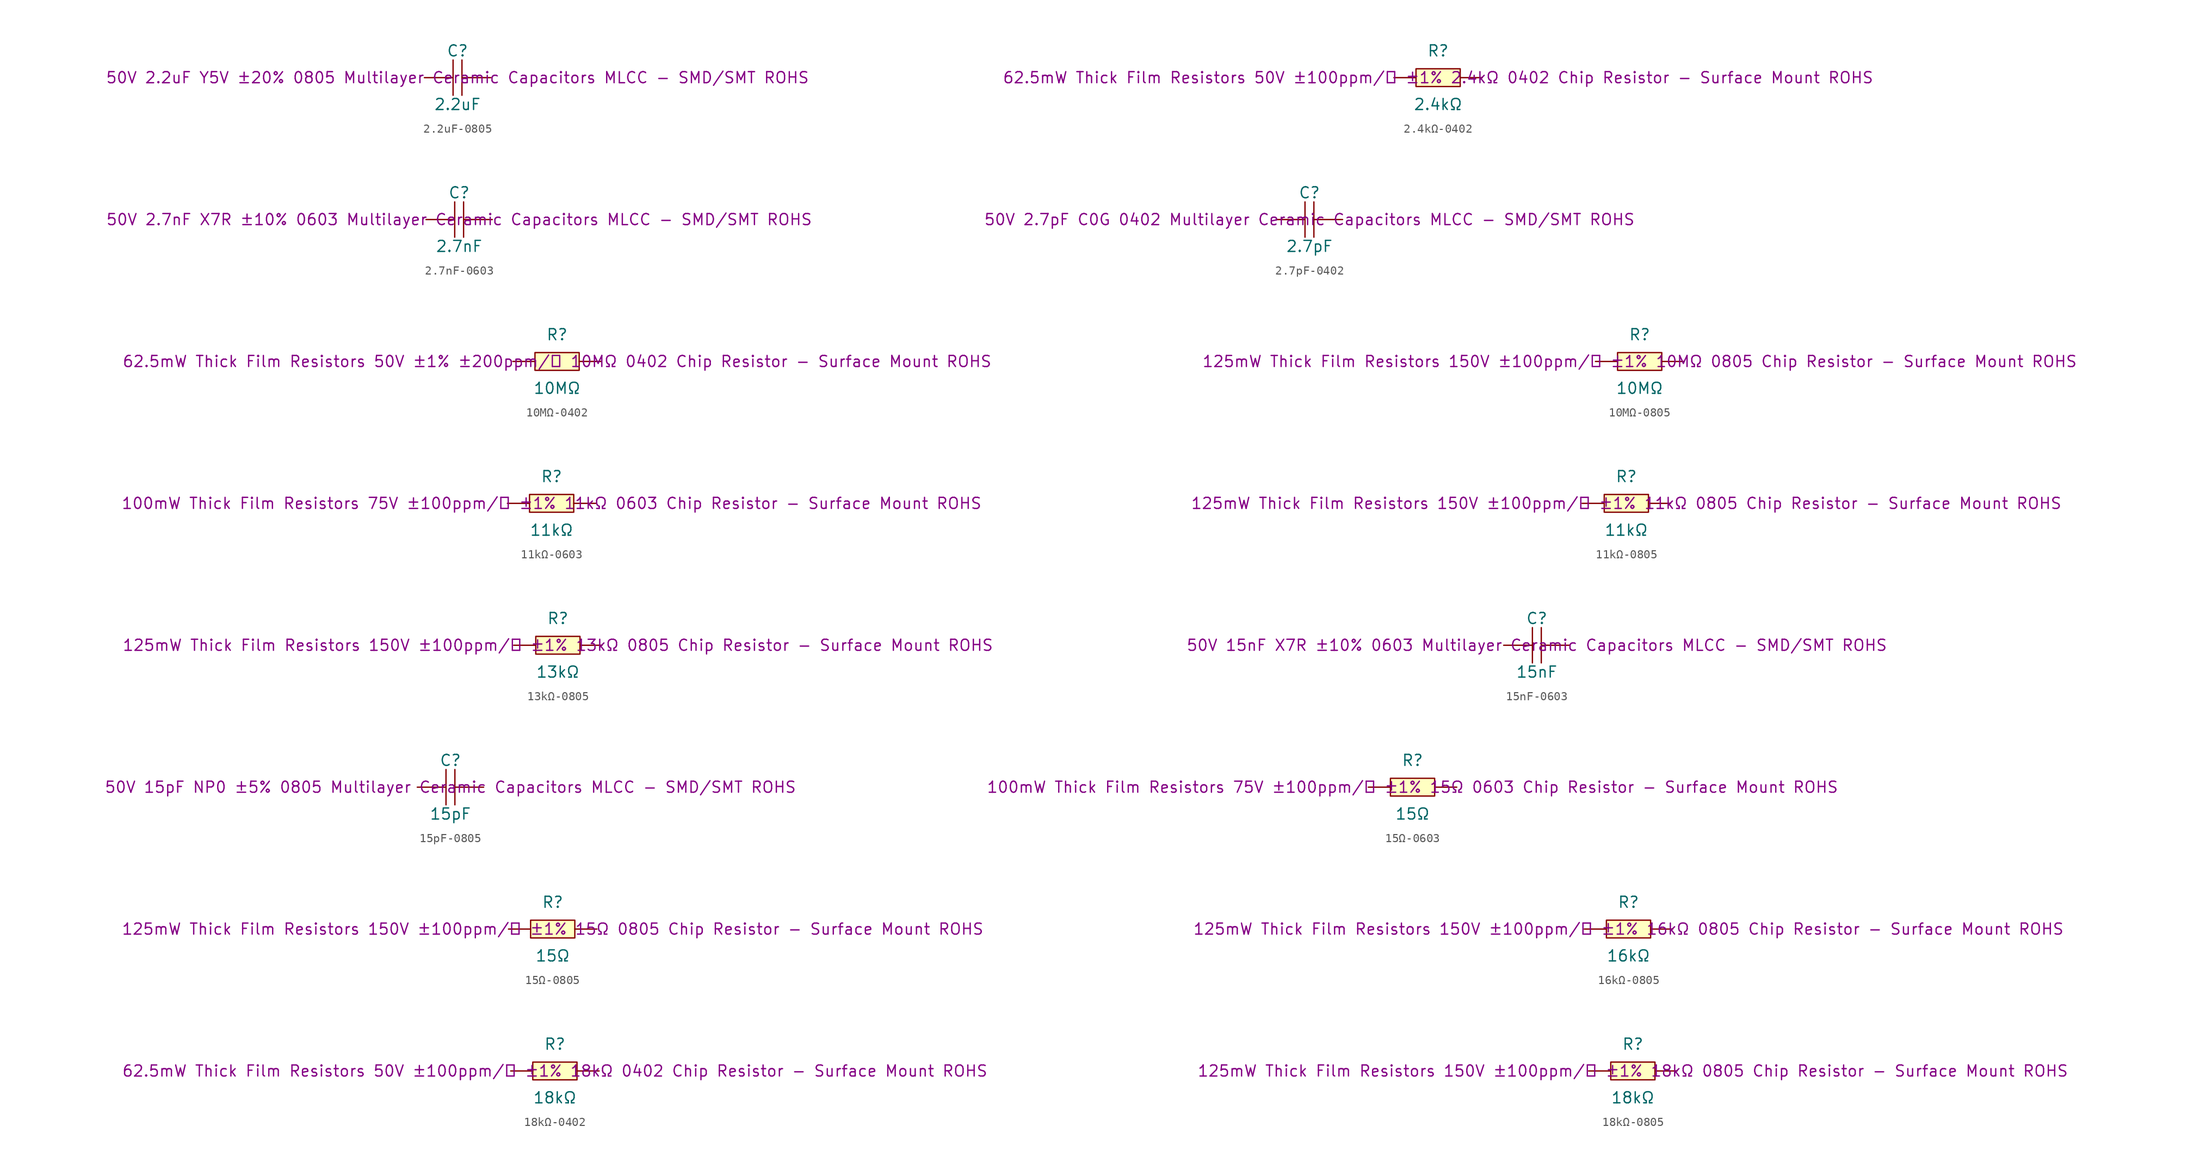
<source format=kicad_sym>
(kicad_symbol_lib
  (version 20241209)
  (generator "kicad_symbol_editor")
  (generator_version "9.0")
  (symbol "2.2uF-0805"
    (pin_numbers
      (hide yes))
    (pin_names
      (hide yes))
    (property "Reference" "C"
      (at 0 3.08 0)
      (effects (font (size 1.27 1.27))))
    (property "Value" "2.2uF"
      (at 0 -3.08 0)
      (effects (font (size 1.27 1.27))))
    (property "Description" "50V 2.2uF Y5V ±20% 0805 Multilayer Ceramic Capacitors MLCC - SMD/SMT ROHS"
      (at 0 0 0)
      (effects (font (size 1.27 1.27))))
    (symbol "2.2uF-0805_0_1"
      (polyline (pts (xy -1.27 0) (xy -0.51 0)) (stroke (width 0) (type default)) (fill (type none)))
      (polyline (pts (xy -0.51 2.03) (xy -0.51 -2.03)) (stroke (width 0) (type default)) (fill (type none)))
      (polyline (pts (xy 0.51 2.03) (xy 0.51 -2.03)) (stroke (width 0) (type default)) (fill (type none)))
      (polyline (pts (xy 0.51 0) (xy 1.27 0)) (stroke (width 0) (type default)) (fill (type none)))
      (pin input line (at -3.81 0 0) (length 2.54) (name "1" (effects (font (size 1.27 1.27)))) (number "1" (effects (font (size 1.27 1.27)))))
      (pin input line (at 3.81 0 180) (length 2.54) (name "2" (effects (font (size 1.27 1.27)))) (number "2" (effects (font (size 1.27 1.27)))))))
  (symbol "2.4kΩ-0402"
    (pin_numbers
      (hide yes))
    (pin_names
      (hide yes))
    (property "Reference" "R"
      (at 0 3.08 0)
      (effects (font (size 1.27 1.27))))
    (property "Value" "2.4kΩ"
      (at 0 -3.08 0)
      (effects (font (size 1.27 1.27))))
    (property "Description" "62.5mW Thick Film Resistors 50V ±100ppm/℃ ±1% 2.4kΩ 0402 Chip Resistor - Surface Mount ROHS"
      (at 0 0 0)
      (effects (font (size 1.27 1.27))))
    (symbol "2.4kΩ-0402_0_1"
      (rectangle (start -2.54 1.02) (end 2.54 -1.02) (stroke (width 0) (type default)) (fill (type background)))
      (pin input line (at -5.08 0 0) (length 2.54) (name "1" (effects (font (size 1.27 1.27)))) (number "1" (effects (font (size 1.27 1.27)))))
      (pin input line (at 5.08 0 180) (length 2.54) (name "2" (effects (font (size 1.27 1.27)))) (number "2" (effects (font (size 1.27 1.27)))))))
  (symbol "2.7nF-0603"
    (pin_numbers
      (hide yes))
    (pin_names
      (hide yes))
    (property "Reference" "C"
      (at 0 3.08 0)
      (effects (font (size 1.27 1.27))))
    (property "Value" "2.7nF"
      (at 0 -3.08 0)
      (effects (font (size 1.27 1.27))))
    (property "Description" "50V 2.7nF X7R ±10% 0603 Multilayer Ceramic Capacitors MLCC - SMD/SMT ROHS"
      (at 0 0 0)
      (effects (font (size 1.27 1.27))))
    (symbol "2.7nF-0603_0_1"
      (polyline (pts (xy -1.27 0) (xy -0.51 0)) (stroke (width 0) (type default)) (fill (type none)))
      (polyline (pts (xy -0.51 2.03) (xy -0.51 -2.03)) (stroke (width 0) (type default)) (fill (type none)))
      (polyline (pts (xy 0.51 2.03) (xy 0.51 -2.03)) (stroke (width 0) (type default)) (fill (type none)))
      (polyline (pts (xy 0.51 0) (xy 1.27 0)) (stroke (width 0) (type default)) (fill (type none)))
      (pin input line (at -3.81 0 0) (length 2.54) (name "1" (effects (font (size 1.27 1.27)))) (number "1" (effects (font (size 1.27 1.27)))))
      (pin input line (at 3.81 0 180) (length 2.54) (name "2" (effects (font (size 1.27 1.27)))) (number "2" (effects (font (size 1.27 1.27)))))))
  (symbol "2.7pF-0402"
    (pin_numbers
      (hide yes))
    (pin_names
      (hide yes))
    (property "Reference" "C"
      (at 0 3.08 0)
      (effects (font (size 1.27 1.27))))
    (property "Value" "2.7pF"
      (at 0 -3.08 0)
      (effects (font (size 1.27 1.27))))
    (property "Description" "50V 2.7pF C0G 0402 Multilayer Ceramic Capacitors MLCC - SMD/SMT ROHS"
      (at 0 0 0)
      (effects (font (size 1.27 1.27))))
    (symbol "2.7pF-0402_0_1"
      (polyline (pts (xy -1.27 0) (xy -0.51 0)) (stroke (width 0) (type default)) (fill (type none)))
      (polyline (pts (xy -0.51 2.03) (xy -0.51 -2.03)) (stroke (width 0) (type default)) (fill (type none)))
      (polyline (pts (xy 0.51 2.03) (xy 0.51 -2.03)) (stroke (width 0) (type default)) (fill (type none)))
      (polyline (pts (xy 0.51 0) (xy 1.27 0)) (stroke (width 0) (type default)) (fill (type none)))
      (pin input line (at -3.81 0 0) (length 2.54) (name "1" (effects (font (size 1.27 1.27)))) (number "1" (effects (font (size 1.27 1.27)))))
      (pin input line (at 3.81 0 180) (length 2.54) (name "2" (effects (font (size 1.27 1.27)))) (number "2" (effects (font (size 1.27 1.27)))))))
  (symbol "10MΩ-0402"
    (pin_numbers
      (hide yes))
    (pin_names
      (hide yes))
    (property "Reference" "R"
      (at 0 3.08 0)
      (effects (font (size 1.27 1.27))))
    (property "Value" "10MΩ"
      (at 0 -3.08 0)
      (effects (font (size 1.27 1.27))))
    (property "Description" "62.5mW Thick Film Resistors 50V ±1% ±200ppm/℃ 10MΩ 0402 Chip Resistor - Surface Mount ROHS"
      (at 0 0 0)
      (effects (font (size 1.27 1.27))))
    (symbol "10MΩ-0402_0_1"
      (rectangle (start -2.54 1.02) (end 2.54 -1.02) (stroke (width 0) (type default)) (fill (type background)))
      (pin input line (at -5.08 0 0) (length 2.54) (name "1" (effects (font (size 1.27 1.27)))) (number "1" (effects (font (size 1.27 1.27)))))
      (pin input line (at 5.08 0 180) (length 2.54) (name "2" (effects (font (size 1.27 1.27)))) (number "2" (effects (font (size 1.27 1.27)))))))
  (symbol "10MΩ-0805"
    (pin_numbers
      (hide yes))
    (pin_names
      (hide yes))
    (property "Reference" "R"
      (at 0 3.08 0)
      (effects (font (size 1.27 1.27))))
    (property "Value" "10MΩ"
      (at 0 -3.08 0)
      (effects (font (size 1.27 1.27))))
    (property "Description" "125mW Thick Film Resistors 150V ±100ppm/℃ ±1% 10MΩ 0805 Chip Resistor - Surface Mount ROHS"
      (at 0 0 0)
      (effects (font (size 1.27 1.27))))
    (symbol "10MΩ-0805_0_1"
      (rectangle (start -2.54 1.02) (end 2.54 -1.02) (stroke (width 0) (type default)) (fill (type background)))
      (pin input line (at -5.08 0 0) (length 2.54) (name "1" (effects (font (size 1.27 1.27)))) (number "1" (effects (font (size 1.27 1.27)))))
      (pin input line (at 5.08 0 180) (length 2.54) (name "2" (effects (font (size 1.27 1.27)))) (number "2" (effects (font (size 1.27 1.27)))))))
  (symbol "11kΩ-0603"
    (pin_numbers
      (hide yes))
    (pin_names
      (hide yes))
    (property "Reference" "R"
      (at 0 3.08 0)
      (effects (font (size 1.27 1.27))))
    (property "Value" "11kΩ"
      (at 0 -3.08 0)
      (effects (font (size 1.27 1.27))))
    (property "Description" "100mW Thick Film Resistors 75V ±100ppm/℃ ±1% 11kΩ 0603 Chip Resistor - Surface Mount ROHS"
      (at 0 0 0)
      (effects (font (size 1.27 1.27))))
    (symbol "11kΩ-0603_0_1"
      (rectangle (start -2.54 1.02) (end 2.54 -1.02) (stroke (width 0) (type default)) (fill (type background)))
      (pin input line (at -5.08 0 0) (length 2.54) (name "1" (effects (font (size 1.27 1.27)))) (number "1" (effects (font (size 1.27 1.27)))))
      (pin input line (at 5.08 0 180) (length 2.54) (name "2" (effects (font (size 1.27 1.27)))) (number "2" (effects (font (size 1.27 1.27)))))))
  (symbol "11kΩ-0805"
    (pin_numbers
      (hide yes))
    (pin_names
      (hide yes))
    (property "Reference" "R"
      (at 0 3.08 0)
      (effects (font (size 1.27 1.27))))
    (property "Value" "11kΩ"
      (at 0 -3.08 0)
      (effects (font (size 1.27 1.27))))
    (property "Description" "125mW Thick Film Resistors 150V ±100ppm/℃ ±1% 11kΩ 0805 Chip Resistor - Surface Mount ROHS"
      (at 0 0 0)
      (effects (font (size 1.27 1.27))))
    (symbol "11kΩ-0805_0_1"
      (rectangle (start -2.54 1.02) (end 2.54 -1.02) (stroke (width 0) (type default)) (fill (type background)))
      (pin input line (at -5.08 0 0) (length 2.54) (name "1" (effects (font (size 1.27 1.27)))) (number "1" (effects (font (size 1.27 1.27)))))
      (pin input line (at 5.08 0 180) (length 2.54) (name "2" (effects (font (size 1.27 1.27)))) (number "2" (effects (font (size 1.27 1.27)))))))
  (symbol "13kΩ-0805"
    (pin_numbers
      (hide yes))
    (pin_names
      (hide yes))
    (property "Reference" "R"
      (at 0 3.08 0)
      (effects (font (size 1.27 1.27))))
    (property "Value" "13kΩ"
      (at 0 -3.08 0)
      (effects (font (size 1.27 1.27))))
    (property "Description" "125mW Thick Film Resistors 150V ±100ppm/℃ ±1% 13kΩ 0805 Chip Resistor - Surface Mount ROHS"
      (at 0 0 0)
      (effects (font (size 1.27 1.27))))
    (symbol "13kΩ-0805_0_1"
      (rectangle (start -2.54 1.02) (end 2.54 -1.02) (stroke (width 0) (type default)) (fill (type background)))
      (pin input line (at -5.08 0 0) (length 2.54) (name "1" (effects (font (size 1.27 1.27)))) (number "1" (effects (font (size 1.27 1.27)))))
      (pin input line (at 5.08 0 180) (length 2.54) (name "2" (effects (font (size 1.27 1.27)))) (number "2" (effects (font (size 1.27 1.27)))))))
  (symbol "15nF-0603"
    (pin_numbers
      (hide yes))
    (pin_names
      (hide yes))
    (property "Reference" "C"
      (at 0 3.08 0)
      (effects (font (size 1.27 1.27))))
    (property "Value" "15nF"
      (at 0 -3.08 0)
      (effects (font (size 1.27 1.27))))
    (property "Description" "50V 15nF X7R ±10% 0603 Multilayer Ceramic Capacitors MLCC - SMD/SMT ROHS"
      (at 0 0 0)
      (effects (font (size 1.27 1.27))))
    (symbol "15nF-0603_0_1"
      (polyline (pts (xy -1.27 0) (xy -0.51 0)) (stroke (width 0) (type default)) (fill (type none)))
      (polyline (pts (xy -0.51 2.03) (xy -0.51 -2.03)) (stroke (width 0) (type default)) (fill (type none)))
      (polyline (pts (xy 0.51 2.03) (xy 0.51 -2.03)) (stroke (width 0) (type default)) (fill (type none)))
      (polyline (pts (xy 0.51 0) (xy 1.27 0)) (stroke (width 0) (type default)) (fill (type none)))
      (pin input line (at -3.81 0 0) (length 2.54) (name "1" (effects (font (size 1.27 1.27)))) (number "1" (effects (font (size 1.27 1.27)))))
      (pin input line (at 3.81 0 180) (length 2.54) (name "2" (effects (font (size 1.27 1.27)))) (number "2" (effects (font (size 1.27 1.27)))))))
  (symbol "15pF-0805"
    (pin_numbers
      (hide yes))
    (pin_names
      (hide yes))
    (property "Reference" "C"
      (at 0 3.08 0)
      (effects (font (size 1.27 1.27))))
    (property "Value" "15pF"
      (at 0 -3.08 0)
      (effects (font (size 1.27 1.27))))
    (property "Description" "50V 15pF NP0 ±5% 0805 Multilayer Ceramic Capacitors MLCC - SMD/SMT ROHS"
      (at 0 0 0)
      (effects (font (size 1.27 1.27))))
    (symbol "15pF-0805_0_1"
      (polyline (pts (xy -1.27 0) (xy -0.51 0)) (stroke (width 0) (type default)) (fill (type none)))
      (polyline (pts (xy -0.51 2.03) (xy -0.51 -2.03)) (stroke (width 0) (type default)) (fill (type none)))
      (polyline (pts (xy 0.51 2.03) (xy 0.51 -2.03)) (stroke (width 0) (type default)) (fill (type none)))
      (polyline (pts (xy 0.51 0) (xy 1.27 0)) (stroke (width 0) (type default)) (fill (type none)))
      (pin input line (at -3.81 0 0) (length 2.54) (name "1" (effects (font (size 1.27 1.27)))) (number "1" (effects (font (size 1.27 1.27)))))
      (pin input line (at 3.81 0 180) (length 2.54) (name "2" (effects (font (size 1.27 1.27)))) (number "2" (effects (font (size 1.27 1.27)))))))
  (symbol "15Ω-0603"
    (pin_numbers
      (hide yes))
    (pin_names
      (hide yes))
    (property "Reference" "R"
      (at 0 3.08 0)
      (effects (font (size 1.27 1.27))))
    (property "Value" "15Ω"
      (at 0 -3.08 0)
      (effects (font (size 1.27 1.27))))
    (property "Description" "100mW Thick Film Resistors 75V ±100ppm/℃ ±1% 15Ω 0603 Chip Resistor - Surface Mount ROHS"
      (at 0 0 0)
      (effects (font (size 1.27 1.27))))
    (symbol "15Ω-0603_0_1"
      (rectangle (start -2.54 1.02) (end 2.54 -1.02) (stroke (width 0) (type default)) (fill (type background)))
      (pin input line (at -5.08 0 0) (length 2.54) (name "1" (effects (font (size 1.27 1.27)))) (number "1" (effects (font (size 1.27 1.27)))))
      (pin input line (at 5.08 0 180) (length 2.54) (name "2" (effects (font (size 1.27 1.27)))) (number "2" (effects (font (size 1.27 1.27)))))))
  (symbol "15Ω-0805"
    (pin_numbers
      (hide yes))
    (pin_names
      (hide yes))
    (property "Reference" "R"
      (at 0 3.08 0)
      (effects (font (size 1.27 1.27))))
    (property "Value" "15Ω"
      (at 0 -3.08 0)
      (effects (font (size 1.27 1.27))))
    (property "Description" "125mW Thick Film Resistors 150V ±100ppm/℃ ±1% 15Ω 0805 Chip Resistor - Surface Mount ROHS"
      (at 0 0 0)
      (effects (font (size 1.27 1.27))))
    (symbol "15Ω-0805_0_1"
      (rectangle (start -2.54 1.02) (end 2.54 -1.02) (stroke (width 0) (type default)) (fill (type background)))
      (pin input line (at -5.08 0 0) (length 2.54) (name "1" (effects (font (size 1.27 1.27)))) (number "1" (effects (font (size 1.27 1.27)))))
      (pin input line (at 5.08 0 180) (length 2.54) (name "2" (effects (font (size 1.27 1.27)))) (number "2" (effects (font (size 1.27 1.27)))))))
  (symbol "16kΩ-0805"
    (pin_numbers
      (hide yes))
    (pin_names
      (hide yes))
    (property "Reference" "R"
      (at 0 3.08 0)
      (effects (font (size 1.27 1.27))))
    (property "Value" "16kΩ"
      (at 0 -3.08 0)
      (effects (font (size 1.27 1.27))))
    (property "Description" "125mW Thick Film Resistors 150V ±100ppm/℃ ±1% 16kΩ 0805 Chip Resistor - Surface Mount ROHS"
      (at 0 0 0)
      (effects (font (size 1.27 1.27))))
    (symbol "16kΩ-0805_0_1"
      (rectangle (start -2.54 1.02) (end 2.54 -1.02) (stroke (width 0) (type default)) (fill (type background)))
      (pin input line (at -5.08 0 0) (length 2.54) (name "1" (effects (font (size 1.27 1.27)))) (number "1" (effects (font (size 1.27 1.27)))))
      (pin input line (at 5.08 0 180) (length 2.54) (name "2" (effects (font (size 1.27 1.27)))) (number "2" (effects (font (size 1.27 1.27)))))))
  (symbol "18kΩ-0402"
    (pin_numbers
      (hide yes))
    (pin_names
      (hide yes))
    (property "Reference" "R"
      (at 0 3.08 0)
      (effects (font (size 1.27 1.27))))
    (property "Value" "18kΩ"
      (at 0 -3.08 0)
      (effects (font (size 1.27 1.27))))
    (property "Description" "62.5mW Thick Film Resistors 50V ±100ppm/℃ ±1% 18kΩ 0402 Chip Resistor - Surface Mount ROHS"
      (at 0 0 0)
      (effects (font (size 1.27 1.27))))
    (symbol "18kΩ-0402_0_1"
      (rectangle (start -2.54 1.02) (end 2.54 -1.02) (stroke (width 0) (type default)) (fill (type background)))
      (pin input line (at -5.08 0 0) (length 2.54) (name "1" (effects (font (size 1.27 1.27)))) (number "1" (effects (font (size 1.27 1.27)))))
      (pin input line (at 5.08 0 180) (length 2.54) (name "2" (effects (font (size 1.27 1.27)))) (number "2" (effects (font (size 1.27 1.27)))))))
  (symbol "18kΩ-0805"
    (pin_numbers
      (hide yes))
    (pin_names
      (hide yes))
    (property "Reference" "R"
      (at 0 3.08 0)
      (effects (font (size 1.27 1.27))))
    (property "Value" "18kΩ"
      (at 0 -3.08 0)
      (effects (font (size 1.27 1.27))))
    (property "Description" "125mW Thick Film Resistors 150V ±100ppm/℃ ±1% 18kΩ 0805 Chip Resistor - Surface Mount ROHS"
      (at 0 0 0)
      (effects (font (size 1.27 1.27))))
    (symbol "18kΩ-0805_0_1"
      (rectangle (start -2.54 1.02) (end 2.54 -1.02) (stroke (width 0) (type default)) (fill (type background)))
      (pin input line (at -5.08 0 0) (length 2.54) (name "1" (effects (font (size 1.27 1.27)))) (number "1" (effects (font (size 1.27 1.27)))))
      (pin input line (at 5.08 0 180) (length 2.54) (name "2" (effects (font (size 1.27 1.27)))) (number "2" (effects (font (size 1.27 1.27))))))))
</source>
